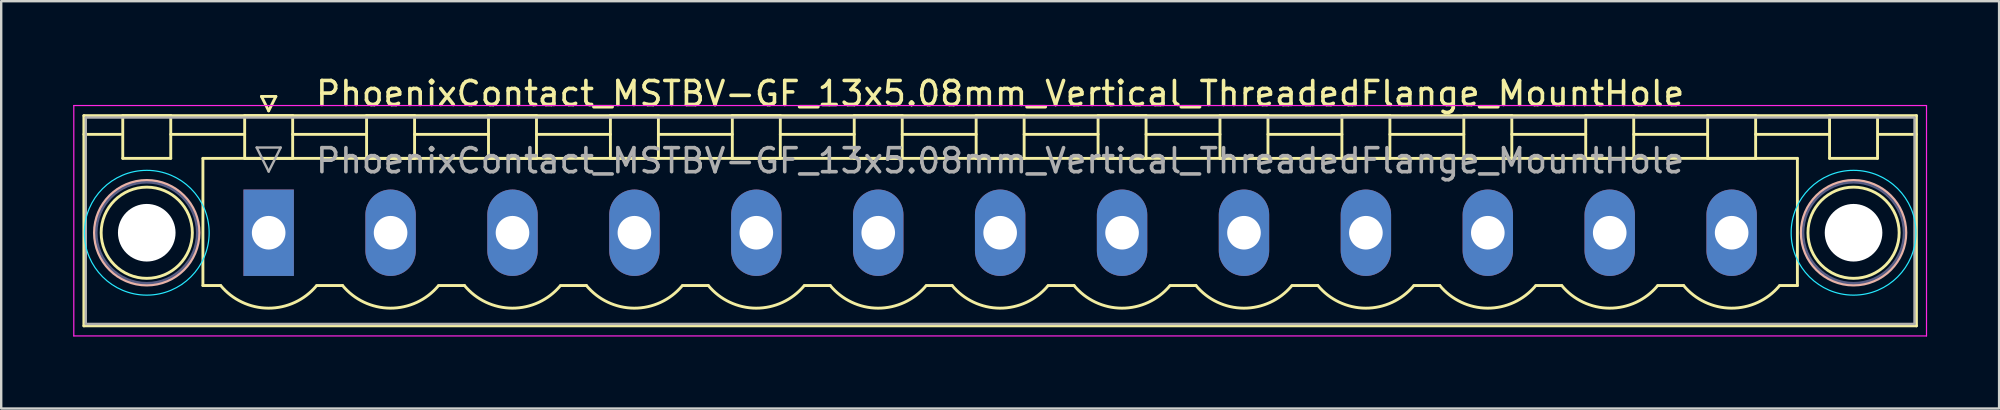
<source format=kicad_pcb>
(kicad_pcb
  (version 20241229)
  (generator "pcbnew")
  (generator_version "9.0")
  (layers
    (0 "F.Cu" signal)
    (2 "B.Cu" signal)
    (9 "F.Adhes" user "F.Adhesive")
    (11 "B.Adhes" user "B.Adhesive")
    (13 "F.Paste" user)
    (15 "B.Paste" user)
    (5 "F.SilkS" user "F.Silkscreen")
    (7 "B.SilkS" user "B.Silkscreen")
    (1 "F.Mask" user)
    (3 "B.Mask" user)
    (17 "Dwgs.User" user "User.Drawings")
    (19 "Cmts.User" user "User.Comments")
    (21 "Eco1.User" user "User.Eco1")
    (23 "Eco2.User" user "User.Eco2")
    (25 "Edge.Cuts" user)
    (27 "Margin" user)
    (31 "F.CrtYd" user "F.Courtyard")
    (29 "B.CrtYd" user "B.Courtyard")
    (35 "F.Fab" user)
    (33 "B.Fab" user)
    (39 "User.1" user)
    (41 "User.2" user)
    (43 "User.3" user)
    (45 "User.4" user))
  (footprint "PhoenixContact_MSTBV-GF_13x5.08mm_Vertical_ThreadedFlange_MountHole"
    (layer "F.Cu")
    (at 8.145 6.648)
    (property "Reference" "PhoenixContact_MSTBV-GF_13x5.08mm_Vertical_ThreadedFlange_MountHole" (at 30.48 -5.8 0) (layer "F.SilkS") (effects (font (size 1 1) (thickness 0.15))))
    (attr through_hole)
    (fp_line (start -7.7 -4.88) (end -7.7 3.88) (stroke (width 0.12) (type solid)) (layer "F.SilkS"))
    (fp_line (start -7.7 -4.1) (end -6.16 -4.1) (stroke (width 0.12) (type solid)) (layer "F.SilkS"))
    (fp_line (start -7.7 3.88) (end 68.66 3.88) (stroke (width 0.12) (type solid)) (layer "F.SilkS"))
    (fp_line (start -6.08 -4.88) (end -4.08 -4.88) (stroke (width 0.12) (type solid)) (layer "F.SilkS"))
    (fp_line (start -6.08 -3.1) (end -6.08 -4.88) (stroke (width 0.12) (type solid)) (layer "F.SilkS"))
    (fp_line (start -4.08 -4.88) (end -4.08 -3.1) (stroke (width 0.12) (type solid)) (layer "F.SilkS"))
    (fp_line (start -4.08 -4.1) (end -1 -4.1) (stroke (width 0.12) (type solid)) (layer "F.SilkS"))
    (fp_line (start -4.08 -3.1) (end -6.08 -3.1) (stroke (width 0.12) (type solid)) (layer "F.SilkS"))
    (fp_line (start -2.74 -3.1) (end 63.7 -3.1) (stroke (width 0.12) (type solid)) (layer "F.SilkS"))
    (fp_line (start -2.74 2.2) (end -2.74 -3.1) (stroke (width 0.12) (type solid)) (layer "F.SilkS"))
    (fp_line (start -2 2.2) (end -2.74 2.2) (stroke (width 0.12) (type solid)) (layer "F.SilkS"))
    (fp_line (start -1 -4.88) (end 1 -4.88) (stroke (width 0.12) (type solid)) (layer "F.SilkS"))
    (fp_line (start -1 -3.1) (end -1 -4.88) (stroke (width 0.12) (type solid)) (layer "F.SilkS"))
    (fp_line (start -0.3 -5.68) (end 0.3 -5.68) (stroke (width 0.12) (type solid)) (layer "F.SilkS"))
    (fp_line (start 0 -5.08) (end -0.3 -5.68) (stroke (width 0.12) (type solid)) (layer "F.SilkS"))
    (fp_line (start 0.3 -5.68) (end 0 -5.08) (stroke (width 0.12) (type solid)) (layer "F.SilkS"))
    (fp_line (start 1 -4.88) (end 1 -3.1) (stroke (width 0.12) (type solid)) (layer "F.SilkS"))
    (fp_line (start 1 -4.1) (end 4.08 -4.1) (stroke (width 0.12) (type solid)) (layer "F.SilkS"))
    (fp_line (start 1 -3.1) (end -1 -3.1) (stroke (width 0.12) (type solid)) (layer "F.SilkS"))
    (fp_line (start 2 2.2) (end 3.08 2.2) (stroke (width 0.12) (type solid)) (layer "F.SilkS"))
    (fp_line (start 4.08 -4.88) (end 6.08 -4.88) (stroke (width 0.12) (type solid)) (layer "F.SilkS"))
    (fp_line (start 4.08 -3.1) (end 4.08 -4.88) (stroke (width 0.12) (type solid)) (layer "F.SilkS"))
    (fp_line (start 6.08 -4.88) (end 6.08 -3.1) (stroke (width 0.12) (type solid)) (layer "F.SilkS"))
    (fp_line (start 6.08 -4.1) (end 9.16 -4.1) (stroke (width 0.12) (type solid)) (layer "F.SilkS"))
    (fp_line (start 6.08 -3.1) (end 4.08 -3.1) (stroke (width 0.12) (type solid)) (layer "F.SilkS"))
    (fp_line (start 7.08 2.2) (end 8.16 2.2) (stroke (width 0.12) (type solid)) (layer "F.SilkS"))
    (fp_line (start 9.16 -4.88) (end 11.16 -4.88) (stroke (width 0.12) (type solid)) (layer "F.SilkS"))
    (fp_line (start 9.16 -3.1) (end 9.16 -4.88) (stroke (width 0.12) (type solid)) (layer "F.SilkS"))
    (fp_line (start 11.16 -4.88) (end 11.16 -3.1) (stroke (width 0.12) (type solid)) (layer "F.SilkS"))
    (fp_line (start 11.16 -4.1) (end 14.24 -4.1) (stroke (width 0.12) (type solid)) (layer "F.SilkS"))
    (fp_line (start 11.16 -3.1) (end 9.16 -3.1) (stroke (width 0.12) (type solid)) (layer "F.SilkS"))
    (fp_line (start 12.16 2.2) (end 13.24 2.2) (stroke (width 0.12) (type solid)) (layer "F.SilkS"))
    (fp_line (start 14.24 -4.88) (end 16.24 -4.88) (stroke (width 0.12) (type solid)) (layer "F.SilkS"))
    (fp_line (start 14.24 -3.1) (end 14.24 -4.88) (stroke (width 0.12) (type solid)) (layer "F.SilkS"))
    (fp_line (start 16.24 -4.88) (end 16.24 -3.1) (stroke (width 0.12) (type solid)) (layer "F.SilkS"))
    (fp_line (start 16.24 -4.1) (end 19.32 -4.1) (stroke (width 0.12) (type solid)) (layer "F.SilkS"))
    (fp_line (start 16.24 -3.1) (end 14.24 -3.1) (stroke (width 0.12) (type solid)) (layer "F.SilkS"))
    (fp_line (start 17.24 2.2) (end 18.32 2.2) (stroke (width 0.12) (type solid)) (layer "F.SilkS"))
    (fp_line (start 19.32 -4.88) (end 21.32 -4.88) (stroke (width 0.12) (type solid)) (layer "F.SilkS"))
    (fp_line (start 19.32 -3.1) (end 19.32 -4.88) (stroke (width 0.12) (type solid)) (layer "F.SilkS"))
    (fp_line (start 21.32 -4.88) (end 21.32 -3.1) (stroke (width 0.12) (type solid)) (layer "F.SilkS"))
    (fp_line (start 21.32 -4.1) (end 24.4 -4.1) (stroke (width 0.12) (type solid)) (layer "F.SilkS"))
    (fp_line (start 21.32 -3.1) (end 19.32 -3.1) (stroke (width 0.12) (type solid)) (layer "F.SilkS"))
    (fp_line (start 22.32 2.2) (end 23.4 2.2) (stroke (width 0.12) (type solid)) (layer "F.SilkS"))
    (fp_line (start 24.4 -4.88) (end 26.4 -4.88) (stroke (width 0.12) (type solid)) (layer "F.SilkS"))
    (fp_line (start 24.4 -3.1) (end 24.4 -4.88) (stroke (width 0.12) (type solid)) (layer "F.SilkS"))
    (fp_line (start 26.4 -4.88) (end 26.4 -3.1) (stroke (width 0.12) (type solid)) (layer "F.SilkS"))
    (fp_line (start 26.4 -4.1) (end 29.48 -4.1) (stroke (width 0.12) (type solid)) (layer "F.SilkS"))
    (fp_line (start 26.4 -3.1) (end 24.4 -3.1) (stroke (width 0.12) (type solid)) (layer "F.SilkS"))
    (fp_line (start 27.4 2.2) (end 28.48 2.2) (stroke (width 0.12) (type solid)) (layer "F.SilkS"))
    (fp_line (start 29.48 -4.88) (end 31.48 -4.88) (stroke (width 0.12) (type solid)) (layer "F.SilkS"))
    (fp_line (start 29.48 -3.1) (end 29.48 -4.88) (stroke (width 0.12) (type solid)) (layer "F.SilkS"))
    (fp_line (start 31.48 -4.88) (end 31.48 -3.1) (stroke (width 0.12) (type solid)) (layer "F.SilkS"))
    (fp_line (start 31.48 -4.1) (end 34.56 -4.1) (stroke (width 0.12) (type solid)) (layer "F.SilkS"))
    (fp_line (start 31.48 -3.1) (end 29.48 -3.1) (stroke (width 0.12) (type solid)) (layer "F.SilkS"))
    (fp_line (start 32.48 2.2) (end 33.56 2.2) (stroke (width 0.12) (type solid)) (layer "F.SilkS"))
    (fp_line (start 34.56 -4.88) (end 36.56 -4.88) (stroke (width 0.12) (type solid)) (layer "F.SilkS"))
    (fp_line (start 34.56 -3.1) (end 34.56 -4.88) (stroke (width 0.12) (type solid)) (layer "F.SilkS"))
    (fp_line (start 36.56 -4.88) (end 36.56 -3.1) (stroke (width 0.12) (type solid)) (layer "F.SilkS"))
    (fp_line (start 36.56 -4.1) (end 39.64 -4.1) (stroke (width 0.12) (type solid)) (layer "F.SilkS"))
    (fp_line (start 36.56 -3.1) (end 34.56 -3.1) (stroke (width 0.12) (type solid)) (layer "F.SilkS"))
    (fp_line (start 37.56 2.2) (end 38.64 2.2) (stroke (width 0.12) (type solid)) (layer "F.SilkS"))
    (fp_line (start 39.64 -4.88) (end 41.64 -4.88) (stroke (width 0.12) (type solid)) (layer "F.SilkS"))
    (fp_line (start 39.64 -3.1) (end 39.64 -4.88) (stroke (width 0.12) (type solid)) (layer "F.SilkS"))
    (fp_line (start 41.64 -4.88) (end 41.64 -3.1) (stroke (width 0.12) (type solid)) (layer "F.SilkS"))
    (fp_line (start 41.64 -4.1) (end 44.72 -4.1) (stroke (width 0.12) (type solid)) (layer "F.SilkS"))
    (fp_line (start 41.64 -3.1) (end 39.64 -3.1) (stroke (width 0.12) (type solid)) (layer "F.SilkS"))
    (fp_line (start 42.64 2.2) (end 43.72 2.2) (stroke (width 0.12) (type solid)) (layer "F.SilkS"))
    (fp_line (start 44.72 -4.88) (end 46.72 -4.88) (stroke (width 0.12) (type solid)) (layer "F.SilkS"))
    (fp_line (start 44.72 -3.1) (end 44.72 -4.88) (stroke (width 0.12) (type solid)) (layer "F.SilkS"))
    (fp_line (start 46.72 -4.88) (end 46.72 -3.1) (stroke (width 0.12) (type solid)) (layer "F.SilkS"))
    (fp_line (start 46.72 -4.1) (end 49.8 -4.1) (stroke (width 0.12) (type solid)) (layer "F.SilkS"))
    (fp_line (start 46.72 -3.1) (end 44.72 -3.1) (stroke (width 0.12) (type solid)) (layer "F.SilkS"))
    (fp_line (start 47.72 2.2) (end 48.8 2.2) (stroke (width 0.12) (type solid)) (layer "F.SilkS"))
    (fp_line (start 49.8 -4.88) (end 51.8 -4.88) (stroke (width 0.12) (type solid)) (layer "F.SilkS"))
    (fp_line (start 49.8 -3.1) (end 49.8 -4.88) (stroke (width 0.12) (type solid)) (layer "F.SilkS"))
    (fp_line (start 51.8 -4.88) (end 51.8 -3.1) (stroke (width 0.12) (type solid)) (layer "F.SilkS"))
    (fp_line (start 51.8 -4.1) (end 54.88 -4.1) (stroke (width 0.12) (type solid)) (layer "F.SilkS"))
    (fp_line (start 51.8 -3.1) (end 49.8 -3.1) (stroke (width 0.12) (type solid)) (layer "F.SilkS"))
    (fp_line (start 52.8 2.2) (end 53.88 2.2) (stroke (width 0.12) (type solid)) (layer "F.SilkS"))
    (fp_line (start 54.88 -4.88) (end 56.88 -4.88) (stroke (width 0.12) (type solid)) (layer "F.SilkS"))
    (fp_line (start 54.88 -3.1) (end 54.88 -4.88) (stroke (width 0.12) (type solid)) (layer "F.SilkS"))
    (fp_line (start 56.88 -4.88) (end 56.88 -3.1) (stroke (width 0.12) (type solid)) (layer "F.SilkS"))
    (fp_line (start 56.88 -4.1) (end 59.96 -4.1) (stroke (width 0.12) (type solid)) (layer "F.SilkS"))
    (fp_line (start 56.88 -3.1) (end 54.88 -3.1) (stroke (width 0.12) (type solid)) (layer "F.SilkS"))
    (fp_line (start 57.88 2.2) (end 58.96 2.2) (stroke (width 0.12) (type solid)) (layer "F.SilkS"))
    (fp_line (start 59.96 -4.88) (end 61.96 -4.88) (stroke (width 0.12) (type solid)) (layer "F.SilkS"))
    (fp_line (start 59.96 -3.1) (end 59.96 -4.88) (stroke (width 0.12) (type solid)) (layer "F.SilkS"))
    (fp_line (start 61.96 -4.88) (end 61.96 -3.1) (stroke (width 0.12) (type solid)) (layer "F.SilkS"))
    (fp_line (start 61.96 -4.1) (end 65.04 -4.1) (stroke (width 0.12) (type solid)) (layer "F.SilkS"))
    (fp_line (start 61.96 -3.1) (end 59.96 -3.1) (stroke (width 0.12) (type solid)) (layer "F.SilkS"))
    (fp_line (start 63.7 -3.1) (end 63.7 2.2) (stroke (width 0.12) (type solid)) (layer "F.SilkS"))
    (fp_line (start 63.7 2.2) (end 62.96 2.2) (stroke (width 0.12) (type solid)) (layer "F.SilkS"))
    (fp_line (start 65.04 -4.88) (end 67.04 -4.88) (stroke (width 0.12) (type solid)) (layer "F.SilkS"))
    (fp_line (start 65.04 -3.1) (end 65.04 -4.88) (stroke (width 0.12) (type solid)) (layer "F.SilkS"))
    (fp_line (start 67.04 -4.88) (end 67.04 -3.1) (stroke (width 0.12) (type solid)) (layer "F.SilkS"))
    (fp_line (start 67.04 -3.1) (end 65.04 -3.1) (stroke (width 0.12) (type solid)) (layer "F.SilkS"))
    (fp_line (start 68.66 -4.88) (end -7.7 -4.88) (stroke (width 0.12) (type solid)) (layer "F.SilkS"))
    (fp_line (start 68.66 -4.1) (end 67.12 -4.1) (stroke (width 0.12) (type solid)) (layer "F.SilkS"))
    (fp_line (start 68.66 3.88) (end 68.66 -4.88) (stroke (width 0.12) (type solid)) (layer "F.SilkS"))
    (fp_arc (start 1.986842 2.215821) (mid -0.010289 3.142758) (end -2 2.2) (stroke (width 0.12) (type solid)) (layer "F.SilkS"))
    (fp_arc (start 7.066842 2.215821) (mid 5.069711 3.142758) (end 3.08 2.2) (stroke (width 0.12) (type solid)) (layer "F.SilkS"))
    (fp_arc (start 12.146842 2.215821) (mid 10.149711 3.142758) (end 8.16 2.2) (stroke (width 0.12) (type solid)) (layer "F.SilkS"))
    (fp_arc (start 17.226842 2.215821) (mid 15.229711 3.142758) (end 13.24 2.2) (stroke (width 0.12) (type solid)) (layer "F.SilkS"))
    (fp_arc (start 22.306842 2.215821) (mid 20.309711 3.142758) (end 18.32 2.2) (stroke (width 0.12) (type solid)) (layer "F.SilkS"))
    (fp_arc (start 27.386842 2.215821) (mid 25.389711 3.142758) (end 23.4 2.2) (stroke (width 0.12) (type solid)) (layer "F.SilkS"))
    (fp_arc (start 32.466842 2.215821) (mid 30.469711 3.142758) (end 28.48 2.2) (stroke (width 0.12) (type solid)) (layer "F.SilkS"))
    (fp_arc (start 37.546842 2.215821) (mid 35.549711 3.142758) (end 33.56 2.2) (stroke (width 0.12) (type solid)) (layer "F.SilkS"))
    (fp_arc (start 42.626842 2.215821) (mid 40.629711 3.142758) (end 38.64 2.2) (stroke (width 0.12) (type solid)) (layer "F.SilkS"))
    (fp_arc (start 47.706842 2.215821) (mid 45.709711 3.142758) (end 43.72 2.2) (stroke (width 0.12) (type solid)) (layer "F.SilkS"))
    (fp_arc (start 52.786842 2.215821) (mid 50.789711 3.142758) (end 48.8 2.2) (stroke (width 0.12) (type solid)) (layer "F.SilkS"))
    (fp_arc (start 57.866842 2.215821) (mid 55.869711 3.142758) (end 53.88 2.2) (stroke (width 0.12) (type solid)) (layer "F.SilkS"))
    (fp_arc (start 62.946842 2.215821) (mid 60.949711 3.142758) (end 58.96 2.2) (stroke (width 0.12) (type solid)) (layer "F.SilkS"))
    (fp_circle (center -5.08 0) (end -3.18 0) (stroke (width 0.12) (type solid)) (fill no) (layer "F.SilkS"))
    (fp_circle (center 66.04 0) (end 67.94 0) (stroke (width 0.12) (type solid)) (fill no) (layer "F.SilkS"))
    (fp_circle (center -5.08 0) (end -2.9 0) (stroke (width 0.12) (type solid)) (fill no) (layer "B.SilkS"))
    (fp_circle (center 66.04 0) (end 68.22 0) (stroke (width 0.12) (type solid)) (fill no) (layer "B.SilkS"))
    (fp_circle (center -5.08 0) (end -2.48 0) (stroke (width 0.05) (type solid)) (fill no) (layer "B.CrtYd"))
    (fp_circle (center 66.04 0) (end 68.64 0) (stroke (width 0.05) (type solid)) (fill no) (layer "B.CrtYd"))
    (fp_line (start -8.12 -5.3) (end -8.12 4.3) (stroke (width 0.05) (type solid)) (layer "F.CrtYd"))
    (fp_line (start -8.12 4.3) (end 69.08 4.3) (stroke (width 0.05) (type solid)) (layer "F.CrtYd"))
    (fp_line (start 69.08 -5.3) (end -8.12 -5.3) (stroke (width 0.05) (type solid)) (layer "F.CrtYd"))
    (fp_line (start 69.08 4.3) (end 69.08 -5.3) (stroke (width 0.05) (type solid)) (layer "F.CrtYd"))
    (fp_circle (center -5.08 0) (end -2.98 0) (stroke (width 0.1) (type solid)) (fill no) (layer "B.Fab"))
    (fp_circle (center 66.04 0) (end 68.14 0) (stroke (width 0.1) (type solid)) (fill no) (layer "B.Fab"))
    (fp_line (start -7.62 -4.8) (end -7.62 3.8) (stroke (width 0.1) (type solid)) (layer "F.Fab"))
    (fp_line (start -7.62 3.8) (end 68.58 3.8) (stroke (width 0.1) (type solid)) (layer "F.Fab"))
    (fp_line (start -0.5 -3.55) (end 0.5 -3.55) (stroke (width 0.1) (type solid)) (layer "F.Fab"))
    (fp_line (start 0 -2.55) (end -0.5 -3.55) (stroke (width 0.1) (type solid)) (layer "F.Fab"))
    (fp_line (start 0.5 -3.55) (end 0 -2.55) (stroke (width 0.1) (type solid)) (layer "F.Fab"))
    (fp_line (start 68.58 -4.8) (end -7.62 -4.8) (stroke (width 0.1) (type solid)) (layer "F.Fab"))
    (fp_line (start 68.58 3.8) (end 68.58 -4.8) (stroke (width 0.1) (type solid)) (layer "F.Fab"))
    (fp_text user "${REFERENCE}" (at 30.48 -3 0) (layer "F.Fab") (effects (font (size 1 1) (thickness 0.15))))
    (pad "" np_thru_hole circle (at -5.08 0) (size 2.4 2.4) (drill 2.4) (layers "*.Cu" "*.Mask"))
    (pad "" np_thru_hole circle (at 66.04 0) (size 2.4 2.4) (drill 2.4) (layers "*.Cu" "*.Mask"))
    (pad "1" thru_hole rect (at 0 0) (size 2.1 3.6) (drill 1.4) (layers "*.Cu" "*.Mask"))
    (pad "2" thru_hole oval (at 5.08 0) (size 2.1 3.6) (drill 1.4) (layers "*.Cu" "*.Mask"))
    (pad "3" thru_hole oval (at 10.16 0) (size 2.1 3.6) (drill 1.4) (layers "*.Cu" "*.Mask"))
    (pad "4" thru_hole oval (at 15.24 0) (size 2.1 3.6) (drill 1.4) (layers "*.Cu" "*.Mask"))
    (pad "5" thru_hole oval (at 20.32 0) (size 2.1 3.6) (drill 1.4) (layers "*.Cu" "*.Mask"))
    (pad "6" thru_hole oval (at 25.4 0) (size 2.1 3.6) (drill 1.4) (layers "*.Cu" "*.Mask"))
    (pad "7" thru_hole oval (at 30.48 0) (size 2.1 3.6) (drill 1.4) (layers "*.Cu" "*.Mask"))
    (pad "8" thru_hole oval (at 35.56 0) (size 2.1 3.6) (drill 1.4) (layers "*.Cu" "*.Mask"))
    (pad "9" thru_hole oval (at 40.64 0) (size 2.1 3.6) (drill 1.4) (layers "*.Cu" "*.Mask"))
    (pad "10" thru_hole oval (at 45.72 0) (size 2.1 3.6) (drill 1.4) (layers "*.Cu" "*.Mask"))
    (pad "11" thru_hole oval (at 50.8 0) (size 2.1 3.6) (drill 1.4) (layers "*.Cu" "*.Mask"))
    (pad "12" thru_hole oval (at 55.88 0) (size 2.1 3.6) (drill 1.4) (layers "*.Cu" "*.Mask"))
    (pad "13" thru_hole oval (at 60.96 0) (size 2.1 3.6) (drill 1.4) (layers "*.Cu" "*.Mask")))
  (gr_rect
    (start -3 -3)
    (end 80.25 13.973)
    (stroke (width 0.1) (type default))
    (fill no)
    (layer "Edge.Cuts")))
</source>
